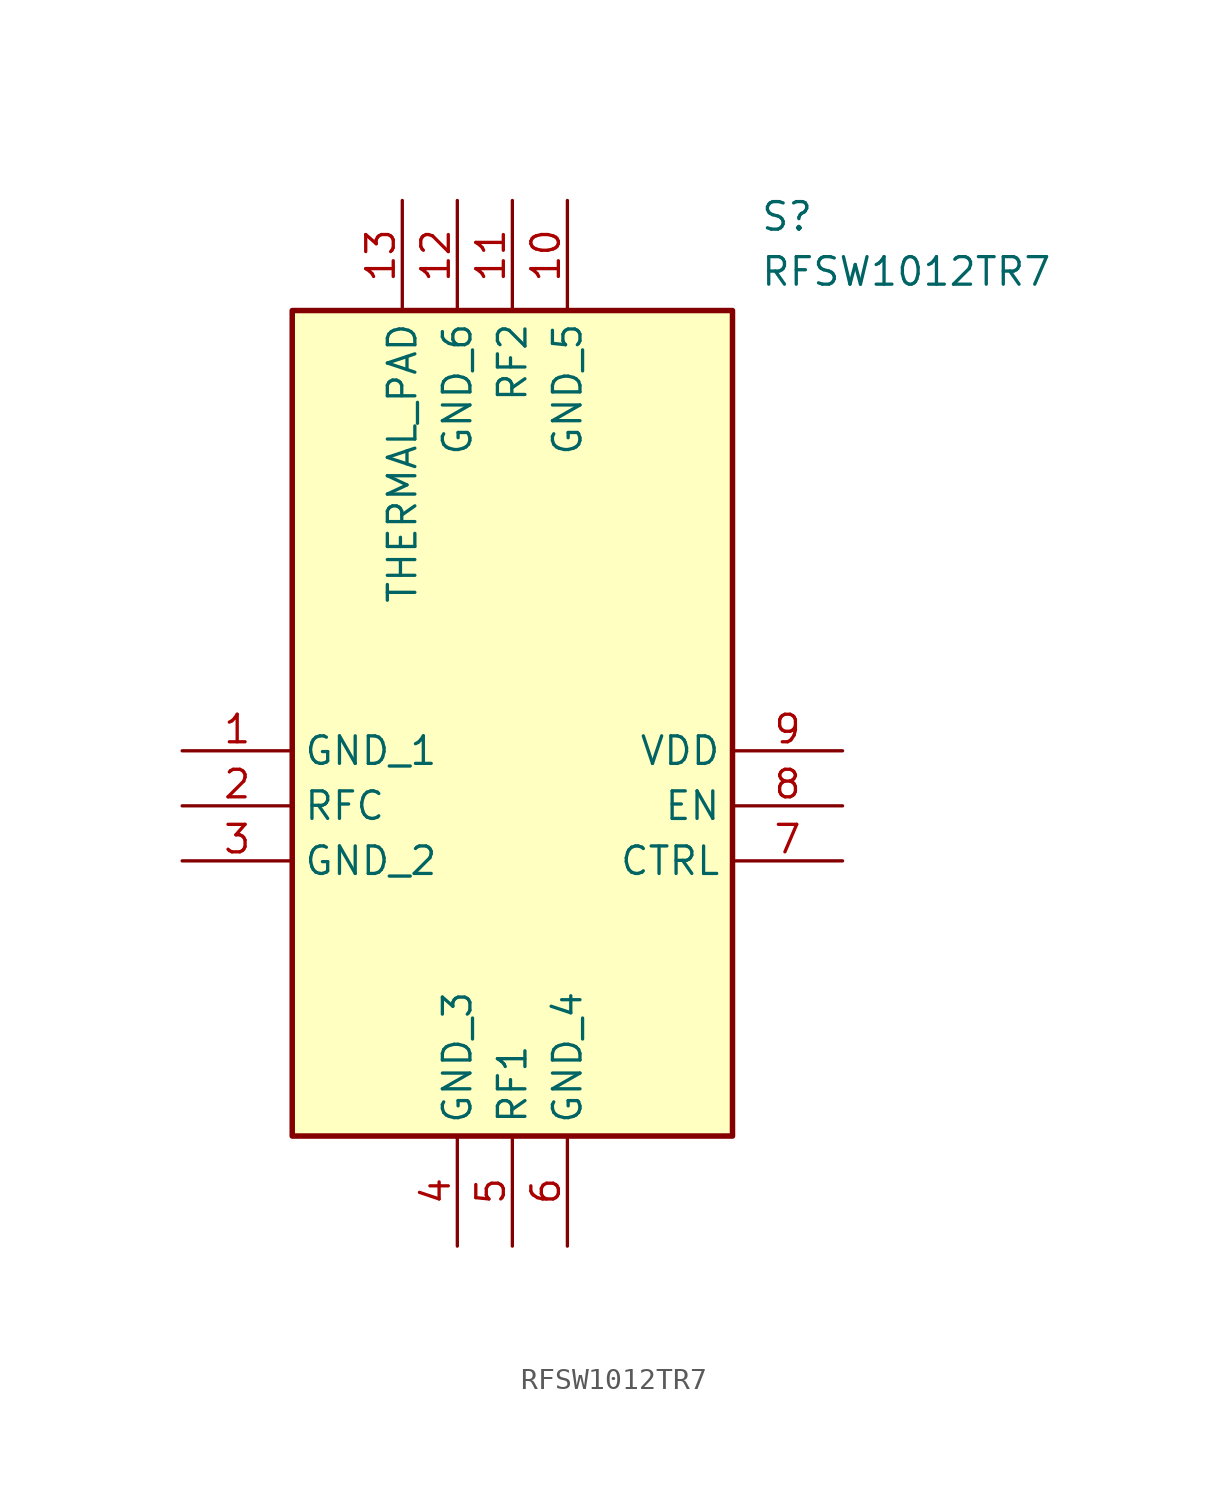
<source format=kicad_sym>
(kicad_symbol_lib
  (version 20211014)
  (generator SamacSys_ECAD_Model)
  (symbol "RFSW1012TR7"
    (property "Reference" "S"
      (at 26.67 25.4 0)
      (effects (font (size 1.27 1.27)) (justify left top)))
    (property "Value" "RFSW1012TR7"
      (at 26.67 22.86 0)
      (effects (font (size 1.27 1.27)) (justify left top)))
    (rectangle
      (start 5.08 20.32)
      (end 25.4 -17.78)
      (stroke (width 0.254) (type default))
      (fill (type background)))
    (pin passive line
      (at 0 0 0)
      (length 5.08)
      (name "GND_1" (effects (font (size 1.27 1.27))))
      (number "1" (effects (font (size 1.27 1.27)))))
    (pin passive line
      (at 0 -2.54 0)
      (length 5.08)
      (name "RFC" (effects (font (size 1.27 1.27))))
      (number "2" (effects (font (size 1.27 1.27)))))
    (pin passive line
      (at 0 -5.08 0)
      (length 5.08)
      (name "GND_2" (effects (font (size 1.27 1.27))))
      (number "3" (effects (font (size 1.27 1.27)))))
    (pin passive line
      (at 12.7 -22.86 90)
      (length 5.08)
      (name "GND_3" (effects (font (size 1.27 1.27))))
      (number "4" (effects (font (size 1.27 1.27)))))
    (pin passive line
      (at 15.24 -22.86 90)
      (length 5.08)
      (name "RF1" (effects (font (size 1.27 1.27))))
      (number "5" (effects (font (size 1.27 1.27)))))
    (pin passive line
      (at 17.78 -22.86 90)
      (length 5.08)
      (name "GND_4" (effects (font (size 1.27 1.27))))
      (number "6" (effects (font (size 1.27 1.27)))))
    (pin passive line
      (at 30.48 0 180)
      (length 5.08)
      (name "VDD" (effects (font (size 1.27 1.27))))
      (number "9" (effects (font (size 1.27 1.27)))))
    (pin passive line
      (at 30.48 -2.54 180)
      (length 5.08)
      (name "EN" (effects (font (size 1.27 1.27))))
      (number "8" (effects (font (size 1.27 1.27)))))
    (pin passive line
      (at 30.48 -5.08 180)
      (length 5.08)
      (name "CTRL" (effects (font (size 1.27 1.27))))
      (number "7" (effects (font (size 1.27 1.27)))))
    (pin passive line
      (at 10.16 25.4 270)
      (length 5.08)
      (name "THERMAL_PAD" (effects (font (size 1.27 1.27))))
      (number "13" (effects (font (size 1.27 1.27)))))
    (pin passive line
      (at 12.7 25.4 270)
      (length 5.08)
      (name "GND_6" (effects (font (size 1.27 1.27))))
      (number "12" (effects (font (size 1.27 1.27)))))
    (pin passive line
      (at 15.24 25.4 270)
      (length 5.08)
      (name "RF2" (effects (font (size 1.27 1.27))))
      (number "11" (effects (font (size 1.27 1.27)))))
    (pin passive line
      (at 17.78 25.4 270)
      (length 5.08)
      (name "GND_5" (effects (font (size 1.27 1.27))))
      (number "10" (effects (font (size 1.27 1.27)))))))
</source>
